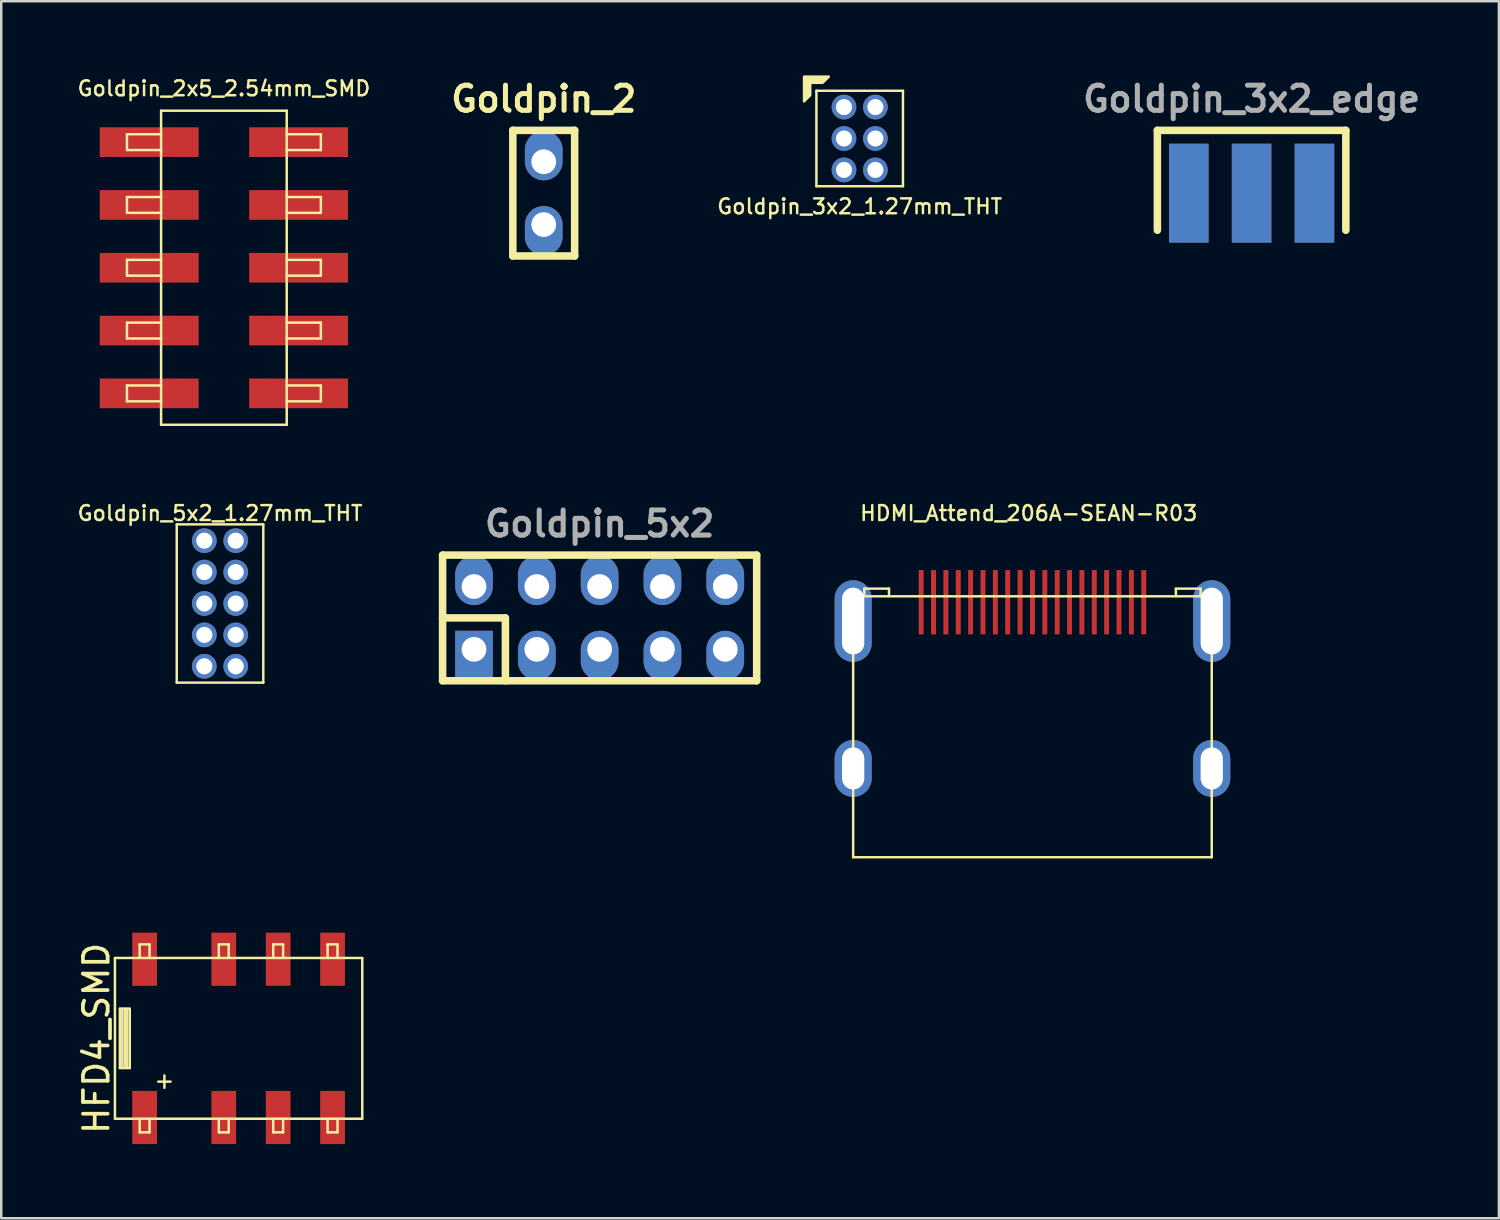
<source format=kicad_pcb>
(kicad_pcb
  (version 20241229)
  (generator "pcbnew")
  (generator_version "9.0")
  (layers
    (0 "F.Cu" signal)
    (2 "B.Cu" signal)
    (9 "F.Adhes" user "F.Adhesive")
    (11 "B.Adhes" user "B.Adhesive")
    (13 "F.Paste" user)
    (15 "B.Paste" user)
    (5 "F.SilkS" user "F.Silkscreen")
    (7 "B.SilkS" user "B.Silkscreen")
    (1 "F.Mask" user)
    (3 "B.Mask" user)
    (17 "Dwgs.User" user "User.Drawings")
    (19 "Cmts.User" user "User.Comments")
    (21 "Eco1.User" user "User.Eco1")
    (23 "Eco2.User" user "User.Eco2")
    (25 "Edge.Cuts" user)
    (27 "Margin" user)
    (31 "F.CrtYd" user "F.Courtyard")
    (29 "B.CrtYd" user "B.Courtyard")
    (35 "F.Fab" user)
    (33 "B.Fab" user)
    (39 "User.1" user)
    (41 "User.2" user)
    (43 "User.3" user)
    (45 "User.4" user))
  (footprint "HFD4_SMD"
    (layer "F.Cu")
    (at 6.598 38.938)
    (property "Reference" "HFD4_SMD" (at -5.75 0 90) (layer "F.SilkS") (effects (font (size 1 1) (thickness 0.15))))
    (attr through_hole)
    (fp_line (start -5 -3.25) (end 5 -3.25) (stroke (width 0.1) (type solid)) (layer "F.SilkS"))
    (fp_line (start -5 3.25) (end -5 -3.25) (stroke (width 0.1) (type solid)) (layer "F.SilkS"))
    (fp_line (start -4.8 -1.2) (end -4.8 1.2) (stroke (width 0.1) (type solid)) (layer "F.SilkS"))
    (fp_line (start -4.8 1.2) (end -4.4 1.2) (stroke (width 0.1) (type solid)) (layer "F.SilkS"))
    (fp_line (start -4.7 1.2) (end -4.7 -1.2) (stroke (width 0.1) (type solid)) (layer "F.SilkS"))
    (fp_line (start -4.6 -1.2) (end -4.6 1.2) (stroke (width 0.1) (type solid)) (layer "F.SilkS"))
    (fp_line (start -4.5 -1.2) (end -4.5 1.2) (stroke (width 0.1) (type solid)) (layer "F.SilkS"))
    (fp_line (start -4.4 -1.2) (end -4.8 -1.2) (stroke (width 0.1) (type solid)) (layer "F.SilkS"))
    (fp_line (start -4.4 1.2) (end -4.4 -1.2) (stroke (width 0.1) (type solid)) (layer "F.SilkS"))
    (fp_line (start -4 -3.8) (end -4 -3.3) (stroke (width 0.1) (type solid)) (layer "F.SilkS"))
    (fp_line (start -4 -3.8) (end -3.6 -3.8) (stroke (width 0.1) (type solid)) (layer "F.SilkS"))
    (fp_line (start -4 3.3) (end -4 3.8) (stroke (width 0.1) (type solid)) (layer "F.SilkS"))
    (fp_line (start -4 3.8) (end -3.6 3.8) (stroke (width 0.1) (type solid)) (layer "F.SilkS"))
    (fp_line (start -3.6 -3.8) (end -3.6 -3.3) (stroke (width 0.1) (type solid)) (layer "F.SilkS"))
    (fp_line (start -3.6 3.8) (end -3.6 3.3) (stroke (width 0.1) (type solid)) (layer "F.SilkS"))
    (fp_line (start -3.25 1.75) (end -2.75 1.75) (stroke (width 0.1) (type solid)) (layer "F.SilkS"))
    (fp_line (start -3 1.5) (end -3 2) (stroke (width 0.1) (type solid)) (layer "F.SilkS"))
    (fp_line (start -0.8 -3.8) (end -0.4 -3.8) (stroke (width 0.1) (type solid)) (layer "F.SilkS"))
    (fp_line (start -0.8 -3.3) (end -0.8 -3.8) (stroke (width 0.1) (type solid)) (layer "F.SilkS"))
    (fp_line (start -0.8 3.8) (end -0.8 3.3) (stroke (width 0.1) (type solid)) (layer "F.SilkS"))
    (fp_line (start -0.4 -3.8) (end -0.4 -3.3) (stroke (width 0.1) (type solid)) (layer "F.SilkS"))
    (fp_line (start -0.4 3.3) (end -0.4 3.8) (stroke (width 0.1) (type solid)) (layer "F.SilkS"))
    (fp_line (start -0.4 3.8) (end -0.8 3.8) (stroke (width 0.1) (type solid)) (layer "F.SilkS"))
    (fp_line (start 1.4 -3.8) (end 1.8 -3.8) (stroke (width 0.1) (type solid)) (layer "F.SilkS"))
    (fp_line (start 1.4 -3.3) (end 1.4 -3.8) (stroke (width 0.1) (type solid)) (layer "F.SilkS"))
    (fp_line (start 1.4 3.8) (end 1.4 3.3) (stroke (width 0.1) (type solid)) (layer "F.SilkS"))
    (fp_line (start 1.8 -3.3) (end 1.8 -3.8) (stroke (width 0.1) (type solid)) (layer "F.SilkS"))
    (fp_line (start 1.8 3.3) (end 1.8 3.8) (stroke (width 0.1) (type solid)) (layer "F.SilkS"))
    (fp_line (start 1.8 3.8) (end 1.4 3.8) (stroke (width 0.1) (type solid)) (layer "F.SilkS"))
    (fp_line (start 3.6 -3.8) (end 4 -3.8) (stroke (width 0.1) (type solid)) (layer "F.SilkS"))
    (fp_line (start 3.6 -3.3) (end 3.6 -3.8) (stroke (width 0.1) (type solid)) (layer "F.SilkS"))
    (fp_line (start 3.6 3.8) (end 3.6 3.3) (stroke (width 0.1) (type solid)) (layer "F.SilkS"))
    (fp_line (start 4 -3.8) (end 4 -3.3) (stroke (width 0.1) (type solid)) (layer "F.SilkS"))
    (fp_line (start 4 3.3) (end 4 3.8) (stroke (width 0.1) (type solid)) (layer "F.SilkS"))
    (fp_line (start 4 3.8) (end 3.6 3.8) (stroke (width 0.1) (type solid)) (layer "F.SilkS"))
    (fp_line (start 5 -3.25) (end 5 3.25) (stroke (width 0.1) (type solid)) (layer "F.SilkS"))
    (fp_line (start 5 3.25) (end -5 3.25) (stroke (width 0.1) (type solid)) (layer "F.SilkS"))
    (pad "1" smd rect (at -3.8 3.2) (size 1 2.15) (layers "F.Cu" "F.Mask" "F.Paste"))
    (pad "2" smd rect (at -0.6 3.2) (size 1 2.15) (layers "F.Cu" "F.Mask" "F.Paste"))
    (pad "3" smd rect (at 1.6 3.2) (size 1 2.15) (layers "F.Cu" "F.Mask" "F.Paste"))
    (pad "4" smd rect (at 3.8 3.2) (size 1 2.15) (layers "F.Cu" "F.Mask" "F.Paste"))
    (pad "5" smd rect (at 3.8 -3.2) (size 1 2.15) (layers "F.Cu" "F.Mask" "F.Paste"))
    (pad "6" smd rect (at 1.6 -3.2) (size 1 2.15) (layers "F.Cu" "F.Mask" "F.Paste"))
    (pad "7" smd rect (at -0.6 -3.2) (size 1 2.15) (layers "F.Cu" "F.Mask" "F.Paste"))
    (pad "8" smd rect (at -3.8 -3.2) (size 1 2.15) (layers "F.Cu" "F.Mask" "F.Paste")))
  (footprint "Goldpin_5x2_1.27mm_THT"
    (layer "F.Cu")
    (at 5.847 21.353)
    (property "Reference" "Goldpin_5x2_1.27mm_THT" (at 0 -3.65 0) (layer "F.SilkS") (effects (font (size 0.6 0.6) (thickness 0.1))))
    (attr through_hole)
    (fp_line (start -1.75 -3.2) (end -1.75 3.2) (stroke (width 0.1) (type solid)) (layer "F.SilkS"))
    (fp_line (start -1.75 -3.2) (end 1.75 -3.2) (stroke (width 0.1) (type solid)) (layer "F.SilkS"))
    (fp_line (start -1.75 3.2) (end 1.75 3.2) (stroke (width 0.1) (type solid)) (layer "F.SilkS"))
    (fp_line (start 1.75 -3.2) (end 1.75 3.2) (stroke (width 0.1) (type solid)) (layer "F.SilkS"))
    (pad "1" thru_hole circle (at -0.635 -2.54) (size 1 1) (drill 0.65) (layers "*.Cu" "*.Mask"))
    (pad "2" thru_hole oval (at 0.635 -2.54) (size 1 1) (drill 0.65) (layers "*.Cu" "*.Mask"))
    (pad "3" thru_hole oval (at -0.635 -1.27) (size 1 1) (drill 0.65) (layers "*.Cu" "*.Mask"))
    (pad "4" thru_hole oval (at 0.635 -1.27) (size 1 1) (drill 0.65) (layers "*.Cu" "*.Mask"))
    (pad "5" thru_hole oval (at -0.635 0) (size 1 1) (drill 0.65) (layers "*.Cu" "*.Mask"))
    (pad "6" thru_hole oval (at 0.635 0) (size 1 1) (drill 0.65) (layers "*.Cu" "*.Mask"))
    (pad "7" thru_hole oval (at -0.635 1.27) (size 1 1) (drill 0.65) (layers "*.Cu" "*.Mask"))
    (pad "8" thru_hole oval (at 0.635 1.27) (size 1 1) (drill 0.65) (layers "*.Cu" "*.Mask"))
    (pad "9" thru_hole oval (at -0.635 2.54) (size 1 1) (drill 0.65) (layers "*.Cu" "*.Mask"))
    (pad "10" thru_hole oval (at 0.635 2.54) (size 1 1) (drill 0.65) (layers "*.Cu" "*.Mask")))
  (footprint "Goldpin_3x2_1.27mm_THT"
    (layer "F.Cu")
    (at 31.713 2.55)
    (property "Reference" "Goldpin_3x2_1.27mm_THT" (at 0 2.75 0) (layer "F.SilkS") (effects (font (size 0.6 0.6) (thickness 0.1))))
    (attr through_hole)
    (fp_line (start -1.75 -1.93) (end -1.75 1.93) (stroke (width 0.1) (type solid)) (layer "F.SilkS"))
    (fp_line (start -1.75 -1.93) (end 1.75 -1.93) (stroke (width 0.1) (type solid)) (layer "F.SilkS"))
    (fp_line (start -1.75 1.93) (end 1.75 1.93) (stroke (width 0.1) (type solid)) (layer "F.SilkS"))
    (fp_line (start 1.75 -1.93) (end 1.75 1.93) (stroke (width 0.1) (type solid)) (layer "F.SilkS"))
    (fp_poly (pts (xy -1.5 -2.25) (xy -2 -2.25) (xy -2 -1.75) (xy -2.25 -1.5) (xy -2.25 -2.5) (xy -1.25 -2.5)) (stroke (width 0.1) (type solid)) (fill yes) (layer "F.SilkS"))
    (pad "1" thru_hole circle (at -0.635 -1.27) (size 1 1) (drill 0.65) (layers "*.Cu" "*.Mask"))
    (pad "2" thru_hole oval (at 0.635 -1.27) (size 1 1) (drill 0.65) (layers "*.Cu" "*.Mask"))
    (pad "3" thru_hole oval (at -0.635 0) (size 1 1) (drill 0.65) (layers "*.Cu" "*.Mask"))
    (pad "4" thru_hole oval (at 0.635 0) (size 1 1) (drill 0.65) (layers "*.Cu" "*.Mask"))
    (pad "5" thru_hole oval (at -0.635 1.27) (size 1 1) (drill 0.65) (layers "*.Cu" "*.Mask"))
    (pad "6" thru_hole oval (at 0.635 1.27) (size 1 1) (drill 0.65) (layers "*.Cu" "*.Mask")))
  (footprint "HDMI_Attend_206A-SEAN-R03"
    (layer "F.Cu")
    (at 38.699 21.303)
    (property "Reference" "HDMI_Attend_206A-SEAN-R03" (at -0.15 -3.6 0) (unlocked yes) (layer "F.SilkS") (effects (font (size 0.6 0.6) (thickness 0.1))))
    (attr smd)
    (fp_line (start -7.25 -0.24) (end -7.25 10.31) (stroke (width 0.1) (type solid)) (layer "F.SilkS"))
    (fp_line (start -6.8 -0.55) (end -6.8 -0.25) (stroke (width 0.1) (type solid)) (layer "F.SilkS"))
    (fp_line (start -5.8 -0.55) (end -6.8 -0.55) (stroke (width 0.1) (type solid)) (layer "F.SilkS"))
    (fp_line (start -5.8 -0.25) (end -5.8 -0.55) (stroke (width 0.1) (type solid)) (layer "F.SilkS"))
    (fp_line (start 5.8 -0.55) (end 5.8 -0.25) (stroke (width 0.1) (type solid)) (layer "F.SilkS"))
    (fp_line (start 6.8 -0.55) (end 5.8 -0.55) (stroke (width 0.1) (type solid)) (layer "F.SilkS"))
    (fp_line (start 6.8 -0.25) (end 6.8 -0.55) (stroke (width 0.1) (type solid)) (layer "F.SilkS"))
    (fp_line (start 7.25 -0.24) (end -7.25 -0.24) (stroke (width 0.1) (type solid)) (layer "F.SilkS"))
    (fp_line (start 7.25 10.31) (end -7.25 10.31) (stroke (width 0.1) (type solid)) (layer "F.SilkS"))
    (fp_line (start 7.25 10.31) (end 7.25 -0.24) (stroke (width 0.1) (type solid)) (layer "F.SilkS"))
    (pad "1" smd rect (at 4.5 0) (size 0.2 2.6) (layers "F.Cu" "F.Mask" "F.Paste"))
    (pad "2" smd rect (at 4 0) (size 0.2 2.6) (layers "F.Cu" "F.Mask" "F.Paste"))
    (pad "3" smd rect (at 3.5 0) (size 0.2 2.6) (layers "F.Cu" "F.Mask" "F.Paste"))
    (pad "4" smd rect (at 3 0) (size 0.2 2.6) (layers "F.Cu" "F.Mask" "F.Paste"))
    (pad "5" smd rect (at 2.5 0) (size 0.2 2.6) (layers "F.Cu" "F.Mask" "F.Paste"))
    (pad "6" smd rect (at 2 0) (size 0.2 2.6) (layers "F.Cu" "F.Mask" "F.Paste"))
    (pad "7" smd rect (at 1.5 0) (size 0.2 2.6) (layers "F.Cu" "F.Mask" "F.Paste"))
    (pad "8" smd rect (at 1 0) (size 0.2 2.6) (layers "F.Cu" "F.Mask" "F.Paste"))
    (pad "9" smd rect (at 0.5 0) (size 0.2 2.6) (layers "F.Cu" "F.Mask" "F.Paste"))
    (pad "10" smd rect (at 0 0) (size 0.2 2.6) (layers "F.Cu" "F.Mask" "F.Paste"))
    (pad "11" smd rect (at -0.5 0) (size 0.2 2.6) (layers "F.Cu" "F.Mask" "F.Paste"))
    (pad "12" smd rect (at -1 0) (size 0.2 2.6) (layers "F.Cu" "F.Mask" "F.Paste"))
    (pad "13" smd rect (at -1.5 0) (size 0.2 2.6) (layers "F.Cu" "F.Mask" "F.Paste"))
    (pad "14" smd rect (at -2 0) (size 0.2 2.6) (layers "F.Cu" "F.Mask" "F.Paste"))
    (pad "15" smd rect (at -2.5 0) (size 0.2 2.6) (layers "F.Cu" "F.Mask" "F.Paste"))
    (pad "16" smd rect (at -3 0) (size 0.2 2.6) (layers "F.Cu" "F.Mask" "F.Paste"))
    (pad "17" smd rect (at -3.5 0) (size 0.2 2.6) (layers "F.Cu" "F.Mask" "F.Paste"))
    (pad "18" smd rect (at -4 0) (size 0.2 2.6) (layers "F.Cu" "F.Mask" "F.Paste"))
    (pad "19" smd rect (at -4.5 0) (size 0.2 2.6) (layers "F.Cu" "F.Mask" "F.Paste"))
    (pad "SH" thru_hole oval (at -7.25 0.76) (size 1.5 3.3) (drill oval 0.9 2.7) (layers "*.Cu" "*.Mask" "F.Paste"))
    (pad "SH" thru_hole oval (at -7.25 6.72) (size 1.5 2.3) (drill oval 0.9 1.7) (layers "*.Cu" "*.Mask" "F.Paste"))
    (pad "SH" thru_hole oval (at 7.25 0.76) (size 1.5 3.3) (drill oval 0.9 2.7) (layers "*.Cu" "*.Mask" "F.Paste"))
    (pad "SH" thru_hole oval (at 7.25 6.72) (size 1.5 2.3) (drill oval 0.9 1.7) (layers "*.Cu" "*.Mask" "F.Paste")))
  (footprint "Goldpin_3x2_edge"
    (layer "F.Cu")
    (at 47.561 4.761)
    (property "Reference" "Goldpin_3x2_edge" (at 0 -3.81 0) (layer "F.Fab") (effects (font (size 1.016 1.016) (thickness 0.203))))
    (attr through_hole)
    (fp_line (start -3.81 -2.54) (end -3.81 1.5) (stroke (width 0.305) (type solid)) (layer "F.SilkS"))
    (fp_line (start -3.81 -2.54) (end 3.81 -2.54) (stroke (width 0.305) (type solid)) (layer "F.SilkS"))
    (fp_line (start 3.81 -2.54) (end 3.81 1.5) (stroke (width 0.305) (type solid)) (layer "F.SilkS"))
    (pad "1" smd rect (at -2.54 0) (size 1.6 4) (layers "F.Cu" "F.Mask" "F.Paste"))
    (pad "2" smd rect (at -2.54 0) (size 1.6 4) (layers "B.Cu" "B.Mask" "B.Paste"))
    (pad "3" smd rect (at 0 0) (size 1.6 4) (layers "F.Cu" "F.Mask" "F.Paste"))
    (pad "4" smd rect (at 0 0) (size 1.6 4) (layers "B.Cu" "B.Mask" "B.Paste"))
    (pad "5" smd rect (at 2.54 0) (size 1.6 4) (layers "F.Cu" "F.Mask" "F.Paste"))
    (pad "6" smd rect (at 2.54 0) (size 1.6 4) (layers "B.Cu" "B.Mask" "B.Paste")))
  (footprint "Goldpin_5x2"
    (layer "F.Cu")
    (at 21.197 21.937)
    (property "Reference" "Goldpin_5x2" (at 0 -3.81 0) (layer "F.Fab") (effects (font (size 1.016 1.016) (thickness 0.203))))
    (attr through_hole)
    (fp_line (start -6.35 -2.54) (end -6.35 2.54) (stroke (width 0.305) (type solid)) (layer "F.SilkS"))
    (fp_line (start -6.35 -2.54) (end 6.35 -2.54) (stroke (width 0.305) (type solid)) (layer "F.SilkS"))
    (fp_line (start -6.35 0) (end -3.81 0) (stroke (width 0.305) (type solid)) (layer "F.SilkS"))
    (fp_line (start -3.81 0) (end -3.81 2.54) (stroke (width 0.305) (type solid)) (layer "F.SilkS"))
    (fp_line (start 6.35 -2.54) (end 6.35 2.54) (stroke (width 0.305) (type solid)) (layer "F.SilkS"))
    (fp_line (start 6.35 2.54) (end -6.35 2.54) (stroke (width 0.305) (type solid)) (layer "F.SilkS"))
    (pad "1" thru_hole rect (at -5.08 1.27) (size 1.524 1.999) (drill 1.001 (offset 0 0.249)) (layers "*.Cu" "*.Mask"))
    (pad "2" thru_hole oval (at -5.08 -1.27) (size 1.524 1.999) (drill 1.001 (offset 0 -0.249)) (layers "*.Cu" "*.Mask"))
    (pad "3" thru_hole oval (at -2.54 1.27) (size 1.524 1.999) (drill 1.001 (offset 0 0.249)) (layers "*.Cu" "*.Mask"))
    (pad "4" thru_hole oval (at -2.54 -1.27) (size 1.524 1.999) (drill 1.001 (offset 0 -0.249)) (layers "*.Cu" "*.Mask"))
    (pad "5" thru_hole oval (at 0 1.27) (size 1.524 1.999) (drill 1.001 (offset 0 0.249)) (layers "*.Cu" "*.Mask"))
    (pad "6" thru_hole oval (at 0 -1.27) (size 1.524 1.999) (drill 1.001 (offset 0 -0.249)) (layers "*.Cu" "*.Mask"))
    (pad "7" thru_hole oval (at 2.54 1.27) (size 1.524 1.999) (drill 1.001 (offset 0 0.249)) (layers "*.Cu" "*.Mask"))
    (pad "8" thru_hole oval (at 2.54 -1.27) (size 1.524 1.999) (drill 1.001 (offset 0 -0.249)) (layers "*.Cu" "*.Mask"))
    (pad "9" thru_hole oval (at 5.08 1.27) (size 1.524 1.999) (drill 1.001 (offset 0 0.249)) (layers "*.Cu" "*.Mask"))
    (pad "10" thru_hole oval (at 5.08 -1.27) (size 1.524 1.999) (drill 1.001 (offset 0 -0.249)) (layers "*.Cu" "*.Mask")))
  (footprint "Goldpin_2x5_2.54mm_SMD"
    (layer "F.Cu")
    (at 6.004 7.777)
    (property "Reference" "Goldpin_2x5_2.54mm_SMD" (at 0 -7.25 0) (layer "F.SilkS") (effects (font (size 0.6 0.6) (thickness 0.1))))
    (attr smd)
    (fp_line (start -3.92 -5.4) (end -2.54 -5.4) (stroke (width 0.1) (type solid)) (layer "F.SilkS"))
    (fp_line (start -3.92 -4.76) (end -3.92 -5.4) (stroke (width 0.1) (type solid)) (layer "F.SilkS"))
    (fp_line (start -3.92 -2.86) (end -2.54 -2.86) (stroke (width 0.1) (type solid)) (layer "F.SilkS"))
    (fp_line (start -3.92 -2.22) (end -3.92 -2.86) (stroke (width 0.1) (type solid)) (layer "F.SilkS"))
    (fp_line (start -3.92 -0.32) (end -2.54 -0.32) (stroke (width 0.1) (type solid)) (layer "F.SilkS"))
    (fp_line (start -3.92 0.32) (end -3.92 -0.32) (stroke (width 0.1) (type solid)) (layer "F.SilkS"))
    (fp_line (start -3.92 2.22) (end -2.54 2.22) (stroke (width 0.1) (type solid)) (layer "F.SilkS"))
    (fp_line (start -3.92 2.86) (end -3.92 2.22) (stroke (width 0.1) (type solid)) (layer "F.SilkS"))
    (fp_line (start -3.92 4.76) (end -2.54 4.76) (stroke (width 0.1) (type solid)) (layer "F.SilkS"))
    (fp_line (start -3.92 5.4) (end -3.92 4.76) (stroke (width 0.1) (type solid)) (layer "F.SilkS"))
    (fp_line (start -2.54 -6.35) (end 2.54 -6.35) (stroke (width 0.1) (type solid)) (layer "F.SilkS"))
    (fp_line (start -2.54 -4.76) (end -3.92 -4.76) (stroke (width 0.1) (type solid)) (layer "F.SilkS"))
    (fp_line (start -2.54 -2.22) (end -3.92 -2.22) (stroke (width 0.1) (type solid)) (layer "F.SilkS"))
    (fp_line (start -2.54 0.32) (end -3.92 0.32) (stroke (width 0.1) (type solid)) (layer "F.SilkS"))
    (fp_line (start -2.54 2.86) (end -3.92 2.86) (stroke (width 0.1) (type solid)) (layer "F.SilkS"))
    (fp_line (start -2.54 5.4) (end -3.92 5.4) (stroke (width 0.1) (type solid)) (layer "F.SilkS"))
    (fp_line (start -2.54 6.35) (end -2.54 -6.35) (stroke (width 0.1) (type solid)) (layer "F.SilkS"))
    (fp_line (start 2.54 -6.35) (end 2.54 6.35) (stroke (width 0.1) (type solid)) (layer "F.SilkS"))
    (fp_line (start 2.54 -5.4) (end 3.92 -5.4) (stroke (width 0.1) (type solid)) (layer "F.SilkS"))
    (fp_line (start 2.54 -2.86) (end 3.92 -2.86) (stroke (width 0.1) (type solid)) (layer "F.SilkS"))
    (fp_line (start 2.54 -0.32) (end 3.92 -0.32) (stroke (width 0.1) (type solid)) (layer "F.SilkS"))
    (fp_line (start 2.54 2.22) (end 3.92 2.22) (stroke (width 0.1) (type solid)) (layer "F.SilkS"))
    (fp_line (start 2.54 4.76) (end 3.92 4.76) (stroke (width 0.1) (type solid)) (layer "F.SilkS"))
    (fp_line (start 2.54 6.35) (end -2.54 6.35) (stroke (width 0.1) (type solid)) (layer "F.SilkS"))
    (fp_line (start 3.92 -5.4) (end 3.92 -4.76) (stroke (width 0.1) (type solid)) (layer "F.SilkS"))
    (fp_line (start 3.92 -4.76) (end 2.54 -4.76) (stroke (width 0.1) (type solid)) (layer "F.SilkS"))
    (fp_line (start 3.92 -2.86) (end 3.92 -2.22) (stroke (width 0.1) (type solid)) (layer "F.SilkS"))
    (fp_line (start 3.92 -2.22) (end 2.54 -2.22) (stroke (width 0.1) (type solid)) (layer "F.SilkS"))
    (fp_line (start 3.92 -0.32) (end 3.92 0.32) (stroke (width 0.1) (type solid)) (layer "F.SilkS"))
    (fp_line (start 3.92 0.32) (end 2.54 0.32) (stroke (width 0.1) (type solid)) (layer "F.SilkS"))
    (fp_line (start 3.92 2.22) (end 3.92 2.86) (stroke (width 0.1) (type solid)) (layer "F.SilkS"))
    (fp_line (start 3.92 2.86) (end 2.54 2.86) (stroke (width 0.1) (type solid)) (layer "F.SilkS"))
    (fp_line (start 3.92 4.76) (end 3.92 5.4) (stroke (width 0.1) (type solid)) (layer "F.SilkS"))
    (fp_line (start 3.92 5.4) (end 2.54 5.4) (stroke (width 0.1) (type solid)) (layer "F.SilkS"))
    (pad "1" smd rect (at 3.02 -5.08) (size 4 1.2) (layers "F.Cu" "F.Mask" "F.Paste"))
    (pad "2" smd rect (at -3.02 -5.08) (size 4 1.2) (layers "F.Cu" "F.Mask" "F.Paste"))
    (pad "3" smd rect (at 3.02 -2.54) (size 4 1.2) (layers "F.Cu" "F.Mask" "F.Paste"))
    (pad "4" smd rect (at -3.02 -2.54) (size 4 1.2) (layers "F.Cu" "F.Mask" "F.Paste"))
    (pad "5" smd rect (at 3.02 0) (size 4 1.2) (layers "F.Cu" "F.Mask" "F.Paste"))
    (pad "6" smd rect (at -3.02 0) (size 4 1.2) (layers "F.Cu" "F.Mask" "F.Paste"))
    (pad "7" smd rect (at 3.02 2.54) (size 4 1.2) (layers "F.Cu" "F.Mask" "F.Paste"))
    (pad "8" smd rect (at -3.02 2.54) (size 4 1.2) (layers "F.Cu" "F.Mask" "F.Paste"))
    (pad "9" smd rect (at 3.02 5.08) (size 4 1.2) (layers "F.Cu" "F.Mask" "F.Paste"))
    (pad "10" smd rect (at -3.02 5.08) (size 4 1.2) (layers "F.Cu" "F.Mask" "F.Paste")))
  (footprint "Goldpin_2"
    (layer "F.Cu")
    (at 18.937 4.761)
    (property "Reference" "Goldpin_2" (at 0 -3.81 0) (layer "F.SilkS") (effects (font (size 1.016 1.016) (thickness 0.203))))
    (attr through_hole)
    (fp_line (start -1.25 -2.54) (end -1.25 2.54) (stroke (width 0.305) (type solid)) (layer "F.SilkS"))
    (fp_line (start -1.25 -2.54) (end 1.25 -2.54) (stroke (width 0.305) (type solid)) (layer "F.SilkS"))
    (fp_line (start 1.25 -2.54) (end 1.25 2.54) (stroke (width 0.305) (type solid)) (layer "F.SilkS"))
    (fp_line (start 1.25 2.54) (end -1.25 2.54) (stroke (width 0.305) (type solid)) (layer "F.SilkS"))
    (pad "1" thru_hole oval (at 0 -1.27) (size 1.524 1.999) (drill 1.001 (offset 0 -0.249)) (layers "*.Cu" "*.Mask"))
    (pad "2" thru_hole oval (at 0 1.27) (size 1.524 1.999) (drill 1.001 (offset 0 0.249)) (layers "*.Cu" "*.Mask")))
  (gr_rect
    (start -3 -3)
    (end 57.561 46.213)
    (stroke (width 0.1) (type default))
    (fill no)
    (layer "Edge.Cuts")))
</source>
